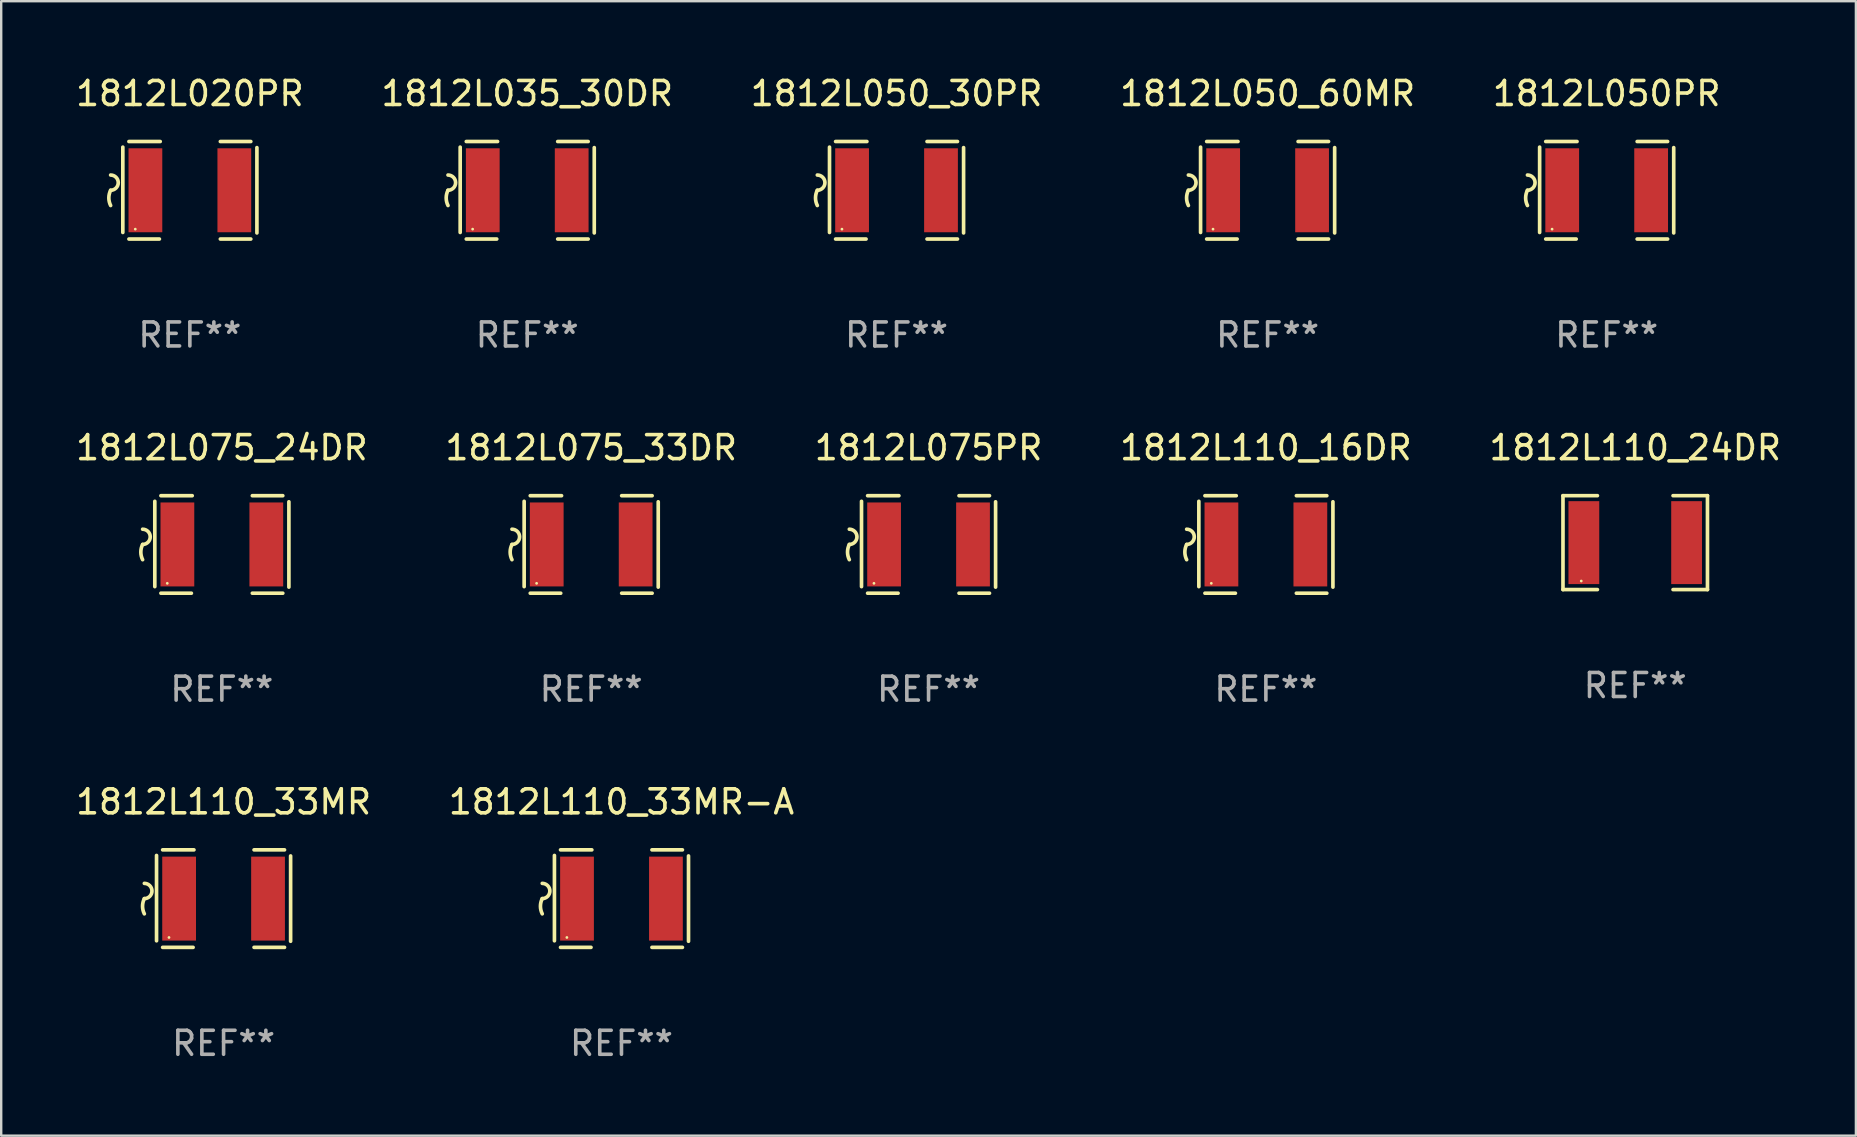
<source format=kicad_pcb>
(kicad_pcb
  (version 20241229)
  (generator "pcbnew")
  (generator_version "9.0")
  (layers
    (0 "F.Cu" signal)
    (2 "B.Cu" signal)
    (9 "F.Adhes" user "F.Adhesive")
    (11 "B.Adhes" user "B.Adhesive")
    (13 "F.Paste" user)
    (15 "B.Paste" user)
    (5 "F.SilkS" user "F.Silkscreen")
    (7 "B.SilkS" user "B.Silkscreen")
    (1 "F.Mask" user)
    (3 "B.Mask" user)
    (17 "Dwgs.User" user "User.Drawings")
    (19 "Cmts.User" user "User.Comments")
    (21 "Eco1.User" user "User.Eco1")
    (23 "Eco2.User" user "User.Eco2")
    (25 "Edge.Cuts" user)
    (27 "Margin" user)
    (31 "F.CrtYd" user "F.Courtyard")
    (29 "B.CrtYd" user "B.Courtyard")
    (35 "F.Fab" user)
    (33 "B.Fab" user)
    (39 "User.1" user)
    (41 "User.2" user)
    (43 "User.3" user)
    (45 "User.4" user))
  (footprint "1812L075_33DR"
    (layer "F.Cu")
    (at 21.589 19.641)
    (property "Reference" "1812L075_33DR" (at 0 -4.032 0) (layer "F.SilkS") (effects (font (size 1 1) (thickness 0.15))))
    (attr through_hole)
    (fp_line (start -2.794 -1.798) (end -2.794 1.758) (stroke (width 0.152) (type solid)) (layer "F.SilkS"))
    (fp_line (start -2.54 -2.032) (end -1.235 -2.032) (stroke (width 0.152) (type solid)) (layer "F.SilkS"))
    (fp_line (start -1.27 2.032) (end -2.54 2.032) (stroke (width 0.152) (type solid)) (layer "F.SilkS"))
    (fp_line (start 1.27 2.032) (end 2.54 2.032) (stroke (width 0.152) (type solid)) (layer "F.SilkS"))
    (fp_line (start 2.54 -2.032) (end 1.27 -2.032) (stroke (width 0.152) (type solid)) (layer "F.SilkS"))
    (fp_line (start 2.794 -1.778) (end 2.794 1.778) (stroke (width 0.152) (type solid)) (layer "F.SilkS"))
    (fp_arc (start -3.302007 -0.635002) (mid -2.984506 -0.317501) (end -3.302007 0) (stroke (width 0.151994) (type solid)) (layer "F.SilkS"))
    (fp_arc (start -3.302007 0.635002) (mid -3.376959 0.317501) (end -3.302007 0) (stroke (width 0.151994) (type solid)) (layer "F.SilkS"))
    (fp_circle (center -2.275 1.62) (end -2.245 1.62) (stroke (width 0.06) (type solid)) (fill no) (layer "F.SilkS"))
    (fp_text user "REF**" (at 0 6.032 0) (layer "F.Fab") (effects (font (size 1 1) (thickness 0.15))))
    (pad "1" smd rect (at -1.853 0) (size 1.407 3.499) (layers "F.Cu" "F.Mask" "F.Paste"))
    (pad "2" smd rect (at 1.853 0) (size 1.407 3.499) (layers "F.Cu" "F.Mask" "F.Paste")))
  (footprint "1812L075PR"
    (layer "F.Cu")
    (at 35.649 19.641)
    (property "Reference" "1812L075PR" (at 0 -4.032 0) (layer "F.SilkS") (effects (font (size 1 1) (thickness 0.15))))
    (attr through_hole)
    (fp_line (start -2.794 -1.798) (end -2.794 1.758) (stroke (width 0.152) (type solid)) (layer "F.SilkS"))
    (fp_line (start -2.54 -2.032) (end -1.235 -2.032) (stroke (width 0.152) (type solid)) (layer "F.SilkS"))
    (fp_line (start -1.27 2.032) (end -2.54 2.032) (stroke (width 0.152) (type solid)) (layer "F.SilkS"))
    (fp_line (start 1.27 2.032) (end 2.54 2.032) (stroke (width 0.152) (type solid)) (layer "F.SilkS"))
    (fp_line (start 2.54 -2.032) (end 1.27 -2.032) (stroke (width 0.152) (type solid)) (layer "F.SilkS"))
    (fp_line (start 2.794 -1.778) (end 2.794 1.778) (stroke (width 0.152) (type solid)) (layer "F.SilkS"))
    (fp_arc (start -3.302007 -0.635002) (mid -2.984506 -0.317501) (end -3.302007 0) (stroke (width 0.151994) (type solid)) (layer "F.SilkS"))
    (fp_arc (start -3.302007 0.635002) (mid -3.376959 0.317501) (end -3.302007 0) (stroke (width 0.151994) (type solid)) (layer "F.SilkS"))
    (fp_circle (center -2.275 1.62) (end -2.245 1.62) (stroke (width 0.06) (type solid)) (fill no) (layer "F.SilkS"))
    (fp_text user "REF**" (at 0 6.032 0) (layer "F.Fab") (effects (font (size 1 1) (thickness 0.15))))
    (pad "1" smd rect (at -1.853 0) (size 1.407 3.499) (layers "F.Cu" "F.Mask" "F.Paste"))
    (pad "2" smd rect (at 1.853 0) (size 1.407 3.499) (layers "F.Cu" "F.Mask" "F.Paste")))
  (footprint "1812L050_30PR"
    (layer "F.Cu")
    (at 34.315 4.88)
    (property "Reference" "1812L050_30PR" (at 0 -4.032 0) (layer "F.SilkS") (effects (font (size 1 1) (thickness 0.15))))
    (attr through_hole)
    (fp_line (start -2.794 -1.798) (end -2.794 1.758) (stroke (width 0.152) (type solid)) (layer "F.SilkS"))
    (fp_line (start -2.54 -2.032) (end -1.235 -2.032) (stroke (width 0.152) (type solid)) (layer "F.SilkS"))
    (fp_line (start -1.27 2.032) (end -2.54 2.032) (stroke (width 0.152) (type solid)) (layer "F.SilkS"))
    (fp_line (start 1.27 2.032) (end 2.54 2.032) (stroke (width 0.152) (type solid)) (layer "F.SilkS"))
    (fp_line (start 2.54 -2.032) (end 1.27 -2.032) (stroke (width 0.152) (type solid)) (layer "F.SilkS"))
    (fp_line (start 2.794 -1.778) (end 2.794 1.778) (stroke (width 0.152) (type solid)) (layer "F.SilkS"))
    (fp_arc (start -3.302007 -0.635002) (mid -2.984506 -0.317501) (end -3.302007 0) (stroke (width 0.151994) (type solid)) (layer "F.SilkS"))
    (fp_arc (start -3.302007 0.635002) (mid -3.376959 0.317501) (end -3.302007 0) (stroke (width 0.151994) (type solid)) (layer "F.SilkS"))
    (fp_circle (center -2.275 1.62) (end -2.245 1.62) (stroke (width 0.06) (type solid)) (fill no) (layer "F.SilkS"))
    (fp_text user "REF**" (at 0 6.032 0) (layer "F.Fab") (effects (font (size 1 1) (thickness 0.15))))
    (pad "1" smd rect (at -1.853 0) (size 1.407 3.499) (layers "F.Cu" "F.Mask" "F.Paste"))
    (pad "2" smd rect (at 1.853 0) (size 1.407 3.499) (layers "F.Cu" "F.Mask" "F.Paste")))
  (footprint "1812L050PR"
    (layer "F.Cu")
    (at 63.911 4.88)
    (property "Reference" "1812L050PR" (at 0 -4.032 0) (layer "F.SilkS") (effects (font (size 1 1) (thickness 0.15))))
    (attr through_hole)
    (fp_line (start -2.794 -1.798) (end -2.794 1.758) (stroke (width 0.152) (type solid)) (layer "F.SilkS"))
    (fp_line (start -2.54 -2.032) (end -1.235 -2.032) (stroke (width 0.152) (type solid)) (layer "F.SilkS"))
    (fp_line (start -1.27 2.032) (end -2.54 2.032) (stroke (width 0.152) (type solid)) (layer "F.SilkS"))
    (fp_line (start 1.27 2.032) (end 2.54 2.032) (stroke (width 0.152) (type solid)) (layer "F.SilkS"))
    (fp_line (start 2.54 -2.032) (end 1.27 -2.032) (stroke (width 0.152) (type solid)) (layer "F.SilkS"))
    (fp_line (start 2.794 -1.778) (end 2.794 1.778) (stroke (width 0.152) (type solid)) (layer "F.SilkS"))
    (fp_arc (start -3.302007 -0.635002) (mid -2.984506 -0.317501) (end -3.302007 0) (stroke (width 0.151994) (type solid)) (layer "F.SilkS"))
    (fp_arc (start -3.302007 0.635002) (mid -3.376959 0.317501) (end -3.302007 0) (stroke (width 0.151994) (type solid)) (layer "F.SilkS"))
    (fp_circle (center -2.275 1.62) (end -2.245 1.62) (stroke (width 0.06) (type solid)) (fill no) (layer "F.SilkS"))
    (fp_text user "REF**" (at 0 6.032 0) (layer "F.Fab") (effects (font (size 1 1) (thickness 0.15))))
    (pad "1" smd rect (at -1.853 0) (size 1.407 3.499) (layers "F.Cu" "F.Mask" "F.Paste"))
    (pad "2" smd rect (at 1.853 0) (size 1.407 3.499) (layers "F.Cu" "F.Mask" "F.Paste")))
  (footprint "1812L020PR"
    (layer "F.Cu")
    (at 4.863 4.88)
    (property "Reference" "1812L020PR" (at 0 -4.032 0) (layer "F.SilkS") (effects (font (size 1 1) (thickness 0.15))))
    (attr through_hole)
    (fp_line (start -2.794 -1.798) (end -2.794 1.758) (stroke (width 0.152) (type solid)) (layer "F.SilkS"))
    (fp_line (start -2.54 -2.032) (end -1.235 -2.032) (stroke (width 0.152) (type solid)) (layer "F.SilkS"))
    (fp_line (start -1.27 2.032) (end -2.54 2.032) (stroke (width 0.152) (type solid)) (layer "F.SilkS"))
    (fp_line (start 1.27 2.032) (end 2.54 2.032) (stroke (width 0.152) (type solid)) (layer "F.SilkS"))
    (fp_line (start 2.54 -2.032) (end 1.27 -2.032) (stroke (width 0.152) (type solid)) (layer "F.SilkS"))
    (fp_line (start 2.794 -1.778) (end 2.794 1.778) (stroke (width 0.152) (type solid)) (layer "F.SilkS"))
    (fp_arc (start -3.302007 -0.635002) (mid -2.984506 -0.317501) (end -3.302007 0) (stroke (width 0.151994) (type solid)) (layer "F.SilkS"))
    (fp_arc (start -3.302007 0.635002) (mid -3.376959 0.317501) (end -3.302007 0) (stroke (width 0.151994) (type solid)) (layer "F.SilkS"))
    (fp_circle (center -2.275 1.62) (end -2.245 1.62) (stroke (width 0.06) (type solid)) (fill no) (layer "F.SilkS"))
    (fp_text user "REF**" (at 0 6.032 0) (layer "F.Fab") (effects (font (size 1 1) (thickness 0.15))))
    (pad "1" smd rect (at -1.853 0) (size 1.407 3.499) (layers "F.Cu" "F.Mask" "F.Paste"))
    (pad "2" smd rect (at 1.853 0) (size 1.407 3.499) (layers "F.Cu" "F.Mask" "F.Paste")))
  (footprint "1812L110_33MR-A"
    (layer "F.Cu")
    (at 22.851 34.401)
    (property "Reference" "1812L110_33MR-A" (at 0 -4.032 0) (layer "F.SilkS") (effects (font (size 1 1) (thickness 0.15))))
    (attr through_hole)
    (fp_line (start -2.794 -1.798) (end -2.794 1.758) (stroke (width 0.152) (type solid)) (layer "F.SilkS"))
    (fp_line (start -2.54 -2.032) (end -1.235 -2.032) (stroke (width 0.152) (type solid)) (layer "F.SilkS"))
    (fp_line (start -1.27 2.032) (end -2.54 2.032) (stroke (width 0.152) (type solid)) (layer "F.SilkS"))
    (fp_line (start 1.27 2.032) (end 2.54 2.032) (stroke (width 0.152) (type solid)) (layer "F.SilkS"))
    (fp_line (start 2.54 -2.032) (end 1.27 -2.032) (stroke (width 0.152) (type solid)) (layer "F.SilkS"))
    (fp_line (start 2.794 -1.778) (end 2.794 1.778) (stroke (width 0.152) (type solid)) (layer "F.SilkS"))
    (fp_arc (start -3.302007 -0.635002) (mid -2.984506 -0.317501) (end -3.302007 0) (stroke (width 0.151994) (type solid)) (layer "F.SilkS"))
    (fp_arc (start -3.302007 0.635002) (mid -3.376959 0.317501) (end -3.302007 0) (stroke (width 0.151994) (type solid)) (layer "F.SilkS"))
    (fp_circle (center -2.275 1.62) (end -2.245 1.62) (stroke (width 0.06) (type solid)) (fill no) (layer "F.SilkS"))
    (fp_text user "REF**" (at 0 6.032 0) (layer "F.Fab") (effects (font (size 1 1) (thickness 0.15))))
    (pad "1" smd rect (at -1.853 0) (size 1.407 3.499) (layers "F.Cu" "F.Mask" "F.Paste"))
    (pad "2" smd rect (at 1.853 0) (size 1.407 3.499) (layers "F.Cu" "F.Mask" "F.Paste")))
  (footprint "1812L075_24DR"
    (layer "F.Cu")
    (at 6.196 19.641)
    (property "Reference" "1812L075_24DR" (at 0 -4.032 0) (layer "F.SilkS") (effects (font (size 1 1) (thickness 0.15))))
    (attr through_hole)
    (fp_line (start -2.794 -1.798) (end -2.794 1.758) (stroke (width 0.152) (type solid)) (layer "F.SilkS"))
    (fp_line (start -2.54 -2.032) (end -1.235 -2.032) (stroke (width 0.152) (type solid)) (layer "F.SilkS"))
    (fp_line (start -1.27 2.032) (end -2.54 2.032) (stroke (width 0.152) (type solid)) (layer "F.SilkS"))
    (fp_line (start 1.27 2.032) (end 2.54 2.032) (stroke (width 0.152) (type solid)) (layer "F.SilkS"))
    (fp_line (start 2.54 -2.032) (end 1.27 -2.032) (stroke (width 0.152) (type solid)) (layer "F.SilkS"))
    (fp_line (start 2.794 -1.778) (end 2.794 1.778) (stroke (width 0.152) (type solid)) (layer "F.SilkS"))
    (fp_arc (start -3.302007 -0.635002) (mid -2.984506 -0.317501) (end -3.302007 0) (stroke (width 0.151994) (type solid)) (layer "F.SilkS"))
    (fp_arc (start -3.302007 0.635002) (mid -3.376959 0.317501) (end -3.302007 0) (stroke (width 0.151994) (type solid)) (layer "F.SilkS"))
    (fp_circle (center -2.275 1.62) (end -2.245 1.62) (stroke (width 0.06) (type solid)) (fill no) (layer "F.SilkS"))
    (fp_text user "REF**" (at 0 6.032 0) (layer "F.Fab") (effects (font (size 1 1) (thickness 0.15))))
    (pad "1" smd rect (at -1.853 0) (size 1.407 3.499) (layers "F.Cu" "F.Mask" "F.Paste"))
    (pad "2" smd rect (at 1.853 0) (size 1.407 3.499) (layers "F.Cu" "F.Mask" "F.Paste")))
  (footprint "1812L110_16DR"
    (layer "F.Cu")
    (at 49.708 19.641)
    (property "Reference" "1812L110_16DR" (at 0 -4.032 0) (layer "F.SilkS") (effects (font (size 1 1) (thickness 0.15))))
    (attr through_hole)
    (fp_line (start -2.794 -1.798) (end -2.794 1.758) (stroke (width 0.152) (type solid)) (layer "F.SilkS"))
    (fp_line (start -2.54 -2.032) (end -1.235 -2.032) (stroke (width 0.152) (type solid)) (layer "F.SilkS"))
    (fp_line (start -1.27 2.032) (end -2.54 2.032) (stroke (width 0.152) (type solid)) (layer "F.SilkS"))
    (fp_line (start 1.27 2.032) (end 2.54 2.032) (stroke (width 0.152) (type solid)) (layer "F.SilkS"))
    (fp_line (start 2.54 -2.032) (end 1.27 -2.032) (stroke (width 0.152) (type solid)) (layer "F.SilkS"))
    (fp_line (start 2.794 -1.778) (end 2.794 1.778) (stroke (width 0.152) (type solid)) (layer "F.SilkS"))
    (fp_arc (start -3.302007 -0.635002) (mid -2.984506 -0.317501) (end -3.302007 0) (stroke (width 0.151994) (type solid)) (layer "F.SilkS"))
    (fp_arc (start -3.302007 0.635002) (mid -3.376959 0.317501) (end -3.302007 0) (stroke (width 0.151994) (type solid)) (layer "F.SilkS"))
    (fp_circle (center -2.275 1.62) (end -2.245 1.62) (stroke (width 0.06) (type solid)) (fill no) (layer "F.SilkS"))
    (fp_text user "REF**" (at 0 6.032 0) (layer "F.Fab") (effects (font (size 1 1) (thickness 0.15))))
    (pad "1" smd rect (at -1.853 0) (size 1.407 3.499) (layers "F.Cu" "F.Mask" "F.Paste"))
    (pad "2" smd rect (at 1.853 0) (size 1.407 3.499) (layers "F.Cu" "F.Mask" "F.Paste")))
  (footprint "1812L110_33MR"
    (layer "F.Cu")
    (at 6.268 34.401)
    (property "Reference" "1812L110_33MR" (at 0 -4.032 0) (layer "F.SilkS") (effects (font (size 1 1) (thickness 0.15))))
    (attr through_hole)
    (fp_line (start -2.794 -1.798) (end -2.794 1.758) (stroke (width 0.152) (type solid)) (layer "F.SilkS"))
    (fp_line (start -2.54 -2.032) (end -1.235 -2.032) (stroke (width 0.152) (type solid)) (layer "F.SilkS"))
    (fp_line (start -1.27 2.032) (end -2.54 2.032) (stroke (width 0.152) (type solid)) (layer "F.SilkS"))
    (fp_line (start 1.27 2.032) (end 2.54 2.032) (stroke (width 0.152) (type solid)) (layer "F.SilkS"))
    (fp_line (start 2.54 -2.032) (end 1.27 -2.032) (stroke (width 0.152) (type solid)) (layer "F.SilkS"))
    (fp_line (start 2.794 -1.778) (end 2.794 1.778) (stroke (width 0.152) (type solid)) (layer "F.SilkS"))
    (fp_arc (start -3.302007 -0.635002) (mid -2.984506 -0.317501) (end -3.302007 0) (stroke (width 0.151994) (type solid)) (layer "F.SilkS"))
    (fp_arc (start -3.302007 0.635002) (mid -3.376959 0.317501) (end -3.302007 0) (stroke (width 0.151994) (type solid)) (layer "F.SilkS"))
    (fp_circle (center -2.275 1.62) (end -2.245 1.62) (stroke (width 0.06) (type solid)) (fill no) (layer "F.SilkS"))
    (fp_text user "REF**" (at 0 6.032 0) (layer "F.Fab") (effects (font (size 1 1) (thickness 0.15))))
    (pad "1" smd rect (at -1.853 0) (size 1.407 3.499) (layers "F.Cu" "F.Mask" "F.Paste"))
    (pad "2" smd rect (at 1.853 0) (size 1.407 3.499) (layers "F.Cu" "F.Mask" "F.Paste")))
  (footprint "1812L050_60MR"
    (layer "F.Cu")
    (at 49.78 4.88)
    (property "Reference" "1812L050_60MR" (at 0 -4.032 0) (layer "F.SilkS") (effects (font (size 1 1) (thickness 0.15))))
    (attr through_hole)
    (fp_line (start -2.794 -1.798) (end -2.794 1.758) (stroke (width 0.152) (type solid)) (layer "F.SilkS"))
    (fp_line (start -2.54 -2.032) (end -1.235 -2.032) (stroke (width 0.152) (type solid)) (layer "F.SilkS"))
    (fp_line (start -1.27 2.032) (end -2.54 2.032) (stroke (width 0.152) (type solid)) (layer "F.SilkS"))
    (fp_line (start 1.27 2.032) (end 2.54 2.032) (stroke (width 0.152) (type solid)) (layer "F.SilkS"))
    (fp_line (start 2.54 -2.032) (end 1.27 -2.032) (stroke (width 0.152) (type solid)) (layer "F.SilkS"))
    (fp_line (start 2.794 -1.778) (end 2.794 1.778) (stroke (width 0.152) (type solid)) (layer "F.SilkS"))
    (fp_arc (start -3.302007 -0.635002) (mid -2.984506 -0.317501) (end -3.302007 0) (stroke (width 0.151994) (type solid)) (layer "F.SilkS"))
    (fp_arc (start -3.302007 0.635002) (mid -3.376959 0.317501) (end -3.302007 0) (stroke (width 0.151994) (type solid)) (layer "F.SilkS"))
    (fp_circle (center -2.275 1.62) (end -2.245 1.62) (stroke (width 0.06) (type solid)) (fill no) (layer "F.SilkS"))
    (fp_text user "REF**" (at 0 6.032 0) (layer "F.Fab") (effects (font (size 1 1) (thickness 0.15))))
    (pad "1" smd rect (at -1.853 0) (size 1.407 3.499) (layers "F.Cu" "F.Mask" "F.Paste"))
    (pad "2" smd rect (at 1.853 0) (size 1.407 3.499) (layers "F.Cu" "F.Mask" "F.Paste")))
  (footprint "1812L110_24DR"
    (layer "F.Cu")
    (at 65.101 19.565)
    (property "Reference" "1812L110_24DR" (at 0 -3.957 0) (layer "F.SilkS") (effects (font (size 1 1) (thickness 0.15))))
    (attr through_hole)
    (fp_line (start -3.011 -1.957) (end -1.576 -1.957) (stroke (width 0.152) (type solid)) (layer "F.SilkS"))
    (fp_line (start -3.011 1.957) (end -3.011 -1.957) (stroke (width 0.152) (type solid)) (layer "F.SilkS"))
    (fp_line (start -1.576 1.957) (end -3.011 1.957) (stroke (width 0.152) (type solid)) (layer "F.SilkS"))
    (fp_line (start 1.576 1.957) (end 3.011 1.957) (stroke (width 0.152) (type solid)) (layer "F.SilkS"))
    (fp_line (start 3.011 -1.957) (end 1.576 -1.957) (stroke (width 0.152) (type solid)) (layer "F.SilkS"))
    (fp_line (start 3.011 1.957) (end 3.011 -1.957) (stroke (width 0.152) (type solid)) (layer "F.SilkS"))
    (fp_circle (center -2.25 1.6) (end -2.22 1.6) (stroke (width 0.06) (type solid)) (fill no) (layer "F.SilkS"))
    (fp_text user "REF**" (at 0 5.957 0) (layer "F.Fab") (effects (font (size 1 1) (thickness 0.15))))
    (pad "1" smd rect (at -2.141 0) (size 1.283 3.456) (layers "F.Cu" "F.Mask" "F.Paste"))
    (pad "2" smd rect (at 2.141 0) (size 1.283 3.456) (layers "F.Cu" "F.Mask" "F.Paste")))
  (footprint "1812L035_30DR"
    (layer "F.Cu")
    (at 18.923 4.88)
    (property "Reference" "1812L035_30DR" (at 0 -4.032 0) (layer "F.SilkS") (effects (font (size 1 1) (thickness 0.15))))
    (attr through_hole)
    (fp_line (start -2.794 -1.798) (end -2.794 1.758) (stroke (width 0.152) (type solid)) (layer "F.SilkS"))
    (fp_line (start -2.54 -2.032) (end -1.235 -2.032) (stroke (width 0.152) (type solid)) (layer "F.SilkS"))
    (fp_line (start -1.27 2.032) (end -2.54 2.032) (stroke (width 0.152) (type solid)) (layer "F.SilkS"))
    (fp_line (start 1.27 2.032) (end 2.54 2.032) (stroke (width 0.152) (type solid)) (layer "F.SilkS"))
    (fp_line (start 2.54 -2.032) (end 1.27 -2.032) (stroke (width 0.152) (type solid)) (layer "F.SilkS"))
    (fp_line (start 2.794 -1.778) (end 2.794 1.778) (stroke (width 0.152) (type solid)) (layer "F.SilkS"))
    (fp_arc (start -3.302007 -0.635002) (mid -2.984506 -0.317501) (end -3.302007 0) (stroke (width 0.151994) (type solid)) (layer "F.SilkS"))
    (fp_arc (start -3.302007 0.635002) (mid -3.376959 0.317501) (end -3.302007 0) (stroke (width 0.151994) (type solid)) (layer "F.SilkS"))
    (fp_circle (center -2.275 1.62) (end -2.245 1.62) (stroke (width 0.06) (type solid)) (fill no) (layer "F.SilkS"))
    (fp_text user "REF**" (at 0 6.032 0) (layer "F.Fab") (effects (font (size 1 1) (thickness 0.15))))
    (pad "1" smd rect (at -1.853 0) (size 1.407 3.499) (layers "F.Cu" "F.Mask" "F.Paste"))
    (pad "2" smd rect (at 1.853 0) (size 1.407 3.499) (layers "F.Cu" "F.Mask" "F.Paste")))
  (gr_rect
    (start -3 -3)
    (end 74.298 44.282)
    (stroke (width 0.1) (type default))
    (fill no)
    (layer "Edge.Cuts")))
</source>
